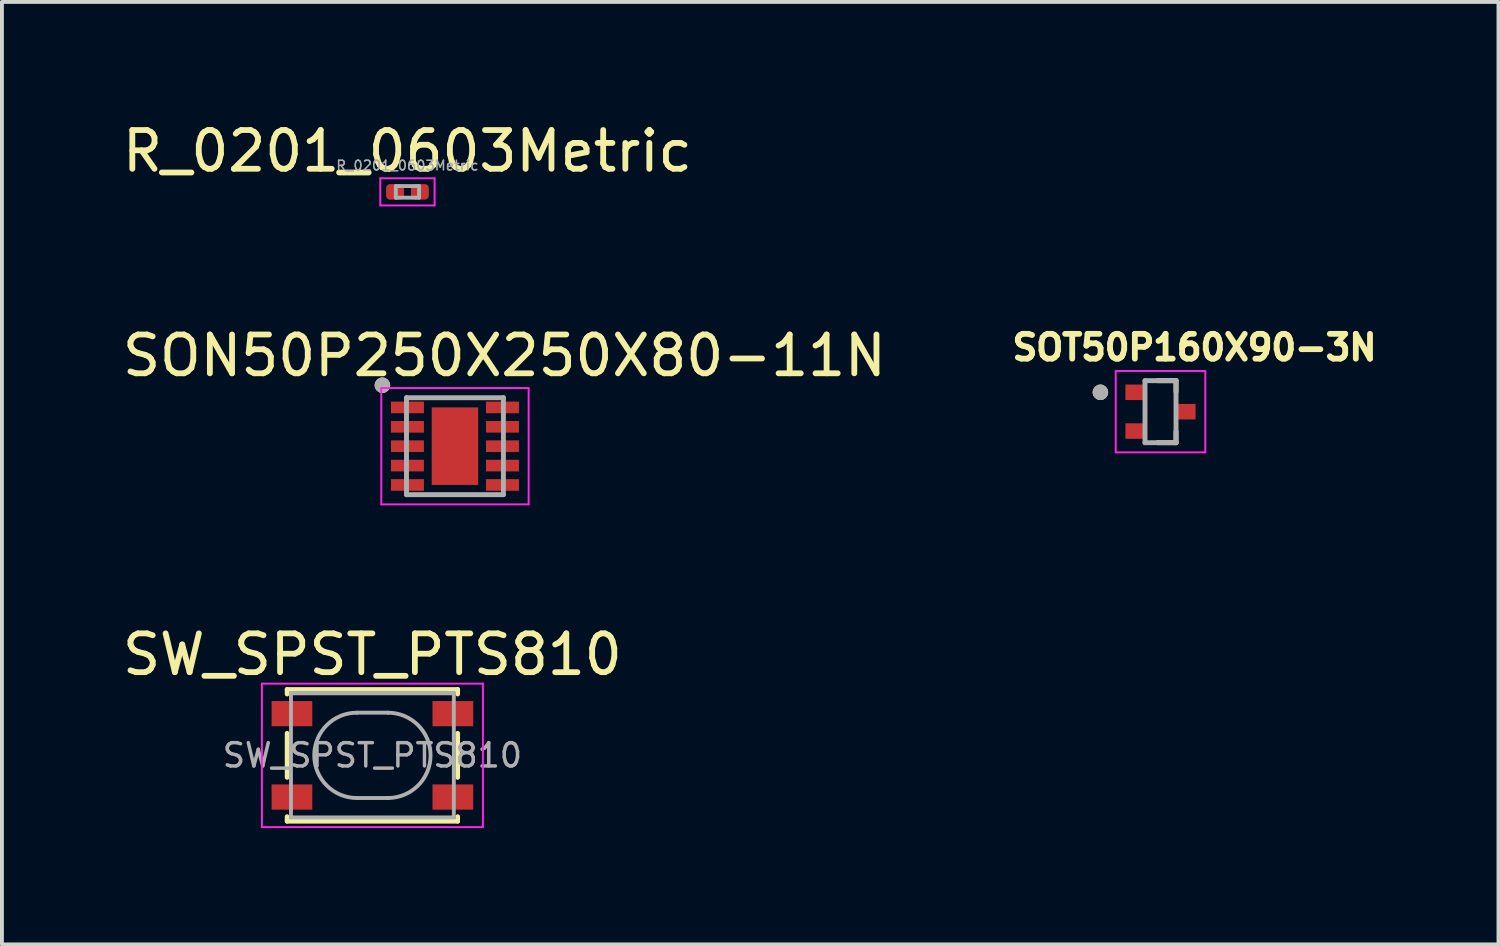
<source format=kicad_pcb>
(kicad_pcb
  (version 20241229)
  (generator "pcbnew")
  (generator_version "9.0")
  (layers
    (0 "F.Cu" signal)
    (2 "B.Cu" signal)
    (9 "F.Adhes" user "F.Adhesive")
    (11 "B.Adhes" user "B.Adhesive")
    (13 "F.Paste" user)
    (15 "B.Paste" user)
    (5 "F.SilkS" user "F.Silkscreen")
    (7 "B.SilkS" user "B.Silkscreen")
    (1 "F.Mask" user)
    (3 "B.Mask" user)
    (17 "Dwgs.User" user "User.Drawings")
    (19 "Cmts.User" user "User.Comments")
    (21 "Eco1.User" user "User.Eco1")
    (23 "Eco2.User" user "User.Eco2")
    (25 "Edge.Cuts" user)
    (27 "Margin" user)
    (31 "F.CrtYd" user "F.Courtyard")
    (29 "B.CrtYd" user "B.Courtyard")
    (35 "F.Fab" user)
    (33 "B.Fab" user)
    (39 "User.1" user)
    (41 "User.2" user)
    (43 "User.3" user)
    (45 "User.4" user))
  (footprint "R_0201_0603Metric"
    (layer "F.Cu")
    (at 7.458 1.898)
    (property "Reference" "R_0201_0603Metric" (at 0 -1.05 0) (layer "F.SilkS") (effects (font (size 1 1) (thickness 0.15))))
    (attr smd)
    (fp_line (start -0.7 -0.35) (end 0.7 -0.35) (stroke (width 0.05) (type solid)) (layer "F.CrtYd"))
    (fp_line (start -0.7 0.35) (end -0.7 -0.35) (stroke (width 0.05) (type solid)) (layer "F.CrtYd"))
    (fp_line (start 0.7 -0.35) (end 0.7 0.35) (stroke (width 0.05) (type solid)) (layer "F.CrtYd"))
    (fp_line (start 0.7 0.35) (end -0.7 0.35) (stroke (width 0.05) (type solid)) (layer "F.CrtYd"))
    (fp_line (start -0.3 -0.15) (end 0.3 -0.15) (stroke (width 0.1) (type solid)) (layer "F.Fab"))
    (fp_line (start -0.3 0.15) (end -0.3 -0.15) (stroke (width 0.1) (type solid)) (layer "F.Fab"))
    (fp_line (start 0.3 -0.15) (end 0.3 0.15) (stroke (width 0.1) (type solid)) (layer "F.Fab"))
    (fp_line (start 0.3 0.15) (end -0.3 0.15) (stroke (width 0.1) (type solid)) (layer "F.Fab"))
    (fp_text user "${REFERENCE}" (at 0 -0.68 0) (layer "F.Fab") (effects (font (size 0.25 0.25) (thickness 0.04))))
    (pad "1" smd roundrect (at -0.32 0) (size 0.46 0.4) (layers "F.Cu" "F.Mask" "F.Paste") (roundrect_rratio 0.25))
    (pad "2" smd roundrect (at 0.32 0) (size 0.46 0.4) (layers "F.Cu" "F.Mask" "F.Paste") (roundrect_rratio 0.25)))
  (footprint "SW_SPST_PTS810"
    (layer "F.Cu")
    (at 6.554 16.43)
    (property "Reference" "SW_SPST_PTS810" (at 0 -2.6 0) (layer "F.SilkS") (effects (font (size 1 1) (thickness 0.15))))
    (attr smd)
    (fp_line (start -2.2 -1.7) (end -2.2 -1.58) (stroke (width 0.12) (type solid)) (layer "F.SilkS"))
    (fp_line (start -2.2 -0.57) (end -2.2 0.57) (stroke (width 0.12) (type solid)) (layer "F.SilkS"))
    (fp_line (start -2.2 1.58) (end -2.2 1.7) (stroke (width 0.12) (type solid)) (layer "F.SilkS"))
    (fp_line (start -2.2 1.7) (end 2.2 1.7) (stroke (width 0.12) (type solid)) (layer "F.SilkS"))
    (fp_line (start 2.2 -1.7) (end -2.2 -1.7) (stroke (width 0.12) (type solid)) (layer "F.SilkS"))
    (fp_line (start 2.2 -1.58) (end 2.2 -1.7) (stroke (width 0.12) (type solid)) (layer "F.SilkS"))
    (fp_line (start 2.2 0.57) (end 2.2 -0.57) (stroke (width 0.12) (type solid)) (layer "F.SilkS"))
    (fp_line (start 2.2 1.7) (end 2.2 1.58) (stroke (width 0.12) (type solid)) (layer "F.SilkS"))
    (fp_line (start -2.85 -1.85) (end 2.85 -1.85) (stroke (width 0.05) (type solid)) (layer "F.CrtYd"))
    (fp_line (start -2.85 1.85) (end -2.85 -1.85) (stroke (width 0.05) (type solid)) (layer "F.CrtYd"))
    (fp_line (start 2.85 -1.85) (end 2.85 1.85) (stroke (width 0.05) (type solid)) (layer "F.CrtYd"))
    (fp_line (start 2.85 1.85) (end -2.85 1.85) (stroke (width 0.05) (type solid)) (layer "F.CrtYd"))
    (fp_line (start -2.1 -1.6) (end -2.1 1.6) (stroke (width 0.1) (type solid)) (layer "F.Fab"))
    (fp_line (start -2.1 1.6) (end 2.1 1.6) (stroke (width 0.1) (type solid)) (layer "F.Fab"))
    (fp_line (start -0.4 -1.1) (end 0.4 -1.1) (stroke (width 0.1) (type solid)) (layer "F.Fab"))
    (fp_line (start 0.4 1.1) (end -0.4 1.1) (stroke (width 0.1) (type solid)) (layer "F.Fab"))
    (fp_line (start 2.1 -1.6) (end -2.1 -1.6) (stroke (width 0.1) (type solid)) (layer "F.Fab"))
    (fp_line (start 2.1 1.6) (end 2.1 -1.6) (stroke (width 0.1) (type solid)) (layer "F.Fab"))
    (fp_arc (start -0.4 1.1) (mid -1.5 0) (end -0.4 -1.1) (stroke (width 0.1) (type solid)) (layer "F.Fab"))
    (fp_arc (start 0.4 -1.1) (mid 1.5 0) (end 0.4 1.1) (stroke (width 0.1) (type solid)) (layer "F.Fab"))
    (fp_text user "${REFERENCE}" (at 0 0 0) (layer "F.Fab") (effects (font (size 0.6 0.6) (thickness 0.09))))
    (pad "1" smd rect (at -2.075 -1.075) (size 1.05 0.65) (layers "F.Cu" "F.Mask" "F.Paste"))
    (pad "2" smd rect (at 2.075 -1.075) (size 1.05 0.65) (layers "F.Cu" "F.Mask" "F.Paste"))
    (pad "3" smd rect (at -2.075 1.075) (size 1.05 0.65) (layers "F.Cu" "F.Mask" "F.Paste"))
    (pad "4" smd rect (at 2.075 1.075) (size 1.05 0.65) (layers "F.Cu" "F.Mask" "F.Paste")))
  (footprint "SON50P250X250X80-11N"
    (layer "F.Cu")
    (at 8.683 8.457)
    (property "Reference" "SON50P250X250X80-11N" (at 1.275 -2.335 0) (layer "F.SilkS") (effects (font (size 1 1) (thickness 0.15))))
    (attr smd)
    (fp_poly (pts (xy -1.7 -1.2) (xy -0.75 -1.2) (xy -0.75 -0.8) (xy -1.7 -0.8)) (stroke (width 0.01) (type solid)) (fill yes) (layer "F.Mask"))
    (fp_poly (pts (xy -1.7 -0.7) (xy -0.75 -0.7) (xy -0.75 -0.3) (xy -1.7 -0.3)) (stroke (width 0.01) (type solid)) (fill yes) (layer "F.Mask"))
    (fp_poly (pts (xy -1.7 -0.2) (xy -0.75 -0.2) (xy -0.75 0.2) (xy -1.7 0.2)) (stroke (width 0.01) (type solid)) (fill yes) (layer "F.Mask"))
    (fp_poly (pts (xy -1.7 0.3) (xy -0.75 0.3) (xy -0.75 0.7) (xy -1.7 0.7)) (stroke (width 0.01) (type solid)) (fill yes) (layer "F.Mask"))
    (fp_poly (pts (xy -1.7 0.8) (xy -0.75 0.8) (xy -0.75 1.2) (xy -1.7 1.2)) (stroke (width 0.01) (type solid)) (fill yes) (layer "F.Mask"))
    (fp_poly (pts (xy -0.65 -1.05) (xy 0.65 -1.05) (xy 0.65 1.05) (xy -0.65 1.05)) (stroke (width 0.01) (type solid)) (fill yes) (layer "F.Mask"))
    (fp_poly (pts (xy 0.75 -1.2) (xy 1.7 -1.2) (xy 1.7 -0.8) (xy 0.75 -0.8)) (stroke (width 0.01) (type solid)) (fill yes) (layer "F.Mask"))
    (fp_poly (pts (xy 0.75 -0.7) (xy 1.7 -0.7) (xy 1.7 -0.3) (xy 0.75 -0.3)) (stroke (width 0.01) (type solid)) (fill yes) (layer "F.Mask"))
    (fp_poly (pts (xy 0.75 -0.2) (xy 1.7 -0.2) (xy 1.7 0.2) (xy 0.75 0.2)) (stroke (width 0.01) (type solid)) (fill yes) (layer "F.Mask"))
    (fp_poly (pts (xy 0.75 0.3) (xy 1.7 0.3) (xy 1.7 0.7) (xy 0.75 0.7)) (stroke (width 0.01) (type solid)) (fill yes) (layer "F.Mask"))
    (fp_poly (pts (xy 0.75 0.8) (xy 1.7 0.8) (xy 1.7 1.2) (xy 0.75 1.2)) (stroke (width 0.01) (type solid)) (fill yes) (layer "F.Mask"))
    (fp_circle (center -1.871 -1.572) (end -1.771 -1.572) (stroke (width 0.2) (type solid)) (fill no) (layer "F.SilkS"))
    (fp_poly (pts (xy -0.379 -0.632) (xy 0.379 -0.632) (xy 0.379 0.632) (xy -0.379 0.632)) (stroke (width 0.01) (type solid)) (fill yes) (layer "F.Paste"))
    (fp_line (start -1.9 -1.5) (end -1.9 1.5) (stroke (width 0.05) (type solid)) (layer "F.CrtYd"))
    (fp_line (start -1.9 1.5) (end 1.9 1.5) (stroke (width 0.05) (type solid)) (layer "F.CrtYd"))
    (fp_line (start 1.9 -1.5) (end -1.9 -1.5) (stroke (width 0.05) (type solid)) (layer "F.CrtYd"))
    (fp_line (start 1.9 1.5) (end 1.9 -1.5) (stroke (width 0.05) (type solid)) (layer "F.CrtYd"))
    (fp_line (start -1.25 -1.25) (end 1.25 -1.25) (stroke (width 0.127) (type solid)) (layer "F.Fab"))
    (fp_line (start -1.25 1.25) (end -1.25 -1.25) (stroke (width 0.127) (type solid)) (layer "F.Fab"))
    (fp_line (start 1.25 -1.25) (end 1.25 1.25) (stroke (width 0.127) (type solid)) (layer "F.Fab"))
    (fp_line (start 1.25 1.25) (end -1.25 1.25) (stroke (width 0.127) (type solid)) (layer "F.Fab"))
    (fp_circle (center -1.871 -1.572) (end -1.771 -1.572) (stroke (width 0.2) (type solid)) (fill no) (layer "F.Fab"))
    (pad "1" smd rect (at -1.225 -1) (size 0.85 0.3) (layers "F.Cu" "F.Paste"))
    (pad "2" smd rect (at -1.225 -0.5) (size 0.85 0.3) (layers "F.Cu" "F.Paste"))
    (pad "3" smd rect (at -1.225 0) (size 0.85 0.3) (layers "F.Cu" "F.Paste"))
    (pad "4" smd rect (at -1.225 0.5) (size 0.85 0.3) (layers "F.Cu" "F.Paste"))
    (pad "5" smd rect (at -1.225 1) (size 0.85 0.3) (layers "F.Cu" "F.Paste"))
    (pad "6" smd rect (at 1.225 1) (size 0.85 0.3) (layers "F.Cu" "F.Paste"))
    (pad "7" smd rect (at 1.225 0.5) (size 0.85 0.3) (layers "F.Cu" "F.Paste"))
    (pad "8" smd rect (at 1.225 0) (size 0.85 0.3) (layers "F.Cu" "F.Paste"))
    (pad "9" smd rect (at 1.225 -0.5) (size 0.85 0.3) (layers "F.Cu" "F.Paste"))
    (pad "10" smd rect (at 1.225 -1) (size 0.85 0.3) (layers "F.Cu" "F.Paste"))
    (pad "11" smd rect (at 0 0) (size 1.2 2) (layers "F.Cu")))
  (footprint "SOT50P160X90-3N"
    (layer "F.Cu")
    (at 26.879 7.567)
    (property "Reference" "SOT50P160X90-3N" (at 0.877 -1.656 0) (layer "F.SilkS") (effects (font (size 0.64 0.64) (thickness 0.15))))
    (attr smd)
    (fp_line (start -0.075 0.8) (end 0.4 0.8) (stroke (width 0.127) (type solid)) (layer "F.SilkS"))
    (fp_line (start 0.4 -0.8) (end -0.075 -0.8) (stroke (width 0.127) (type solid)) (layer "F.SilkS"))
    (fp_line (start 0.4 -0.52) (end 0.4 -0.8) (stroke (width 0.127) (type solid)) (layer "F.SilkS"))
    (fp_line (start 0.4 0.8) (end 0.4 0.52) (stroke (width 0.127) (type solid)) (layer "F.SilkS"))
    (fp_circle (center -1.55 -0.5) (end -1.45 -0.5) (stroke (width 0.2) (type solid)) (fill no) (layer "F.SilkS"))
    (fp_line (start -1.155 -1.05) (end -1.155 1.05) (stroke (width 0.05) (type solid)) (layer "F.CrtYd"))
    (fp_line (start -1.155 1.05) (end 1.155 1.05) (stroke (width 0.05) (type solid)) (layer "F.CrtYd"))
    (fp_line (start 1.155 -1.05) (end -1.155 -1.05) (stroke (width 0.05) (type solid)) (layer "F.CrtYd"))
    (fp_line (start 1.155 1.05) (end 1.155 -1.05) (stroke (width 0.05) (type solid)) (layer "F.CrtYd"))
    (fp_line (start -0.4 -0.8) (end -0.4 0.8) (stroke (width 0.127) (type solid)) (layer "F.Fab"))
    (fp_line (start -0.4 0.8) (end 0.4 0.8) (stroke (width 0.127) (type solid)) (layer "F.Fab"))
    (fp_line (start 0.4 -0.8) (end -0.4 -0.8) (stroke (width 0.127) (type solid)) (layer "F.Fab"))
    (fp_line (start 0.4 0.8) (end 0.4 -0.8) (stroke (width 0.127) (type solid)) (layer "F.Fab"))
    (fp_circle (center -1.55 -0.5) (end -1.45 -0.5) (stroke (width 0.2) (type solid)) (fill no) (layer "F.Fab"))
    (pad "1" smd rect (at -0.65 -0.5) (size 0.51 0.4) (layers "F.Cu" "F.Mask" "F.Paste"))
    (pad "2" smd rect (at -0.65 0.5) (size 0.51 0.4) (layers "F.Cu" "F.Mask" "F.Paste"))
    (pad "3" smd rect (at 0.65 0) (size 0.51 0.4) (layers "F.Cu" "F.Mask" "F.Paste")))
  (gr_rect
    (start -3 -3)
    (end 35.595 21.305)
    (stroke (width 0.1) (type default))
    (fill no)
    (layer "Edge.Cuts")))
</source>
